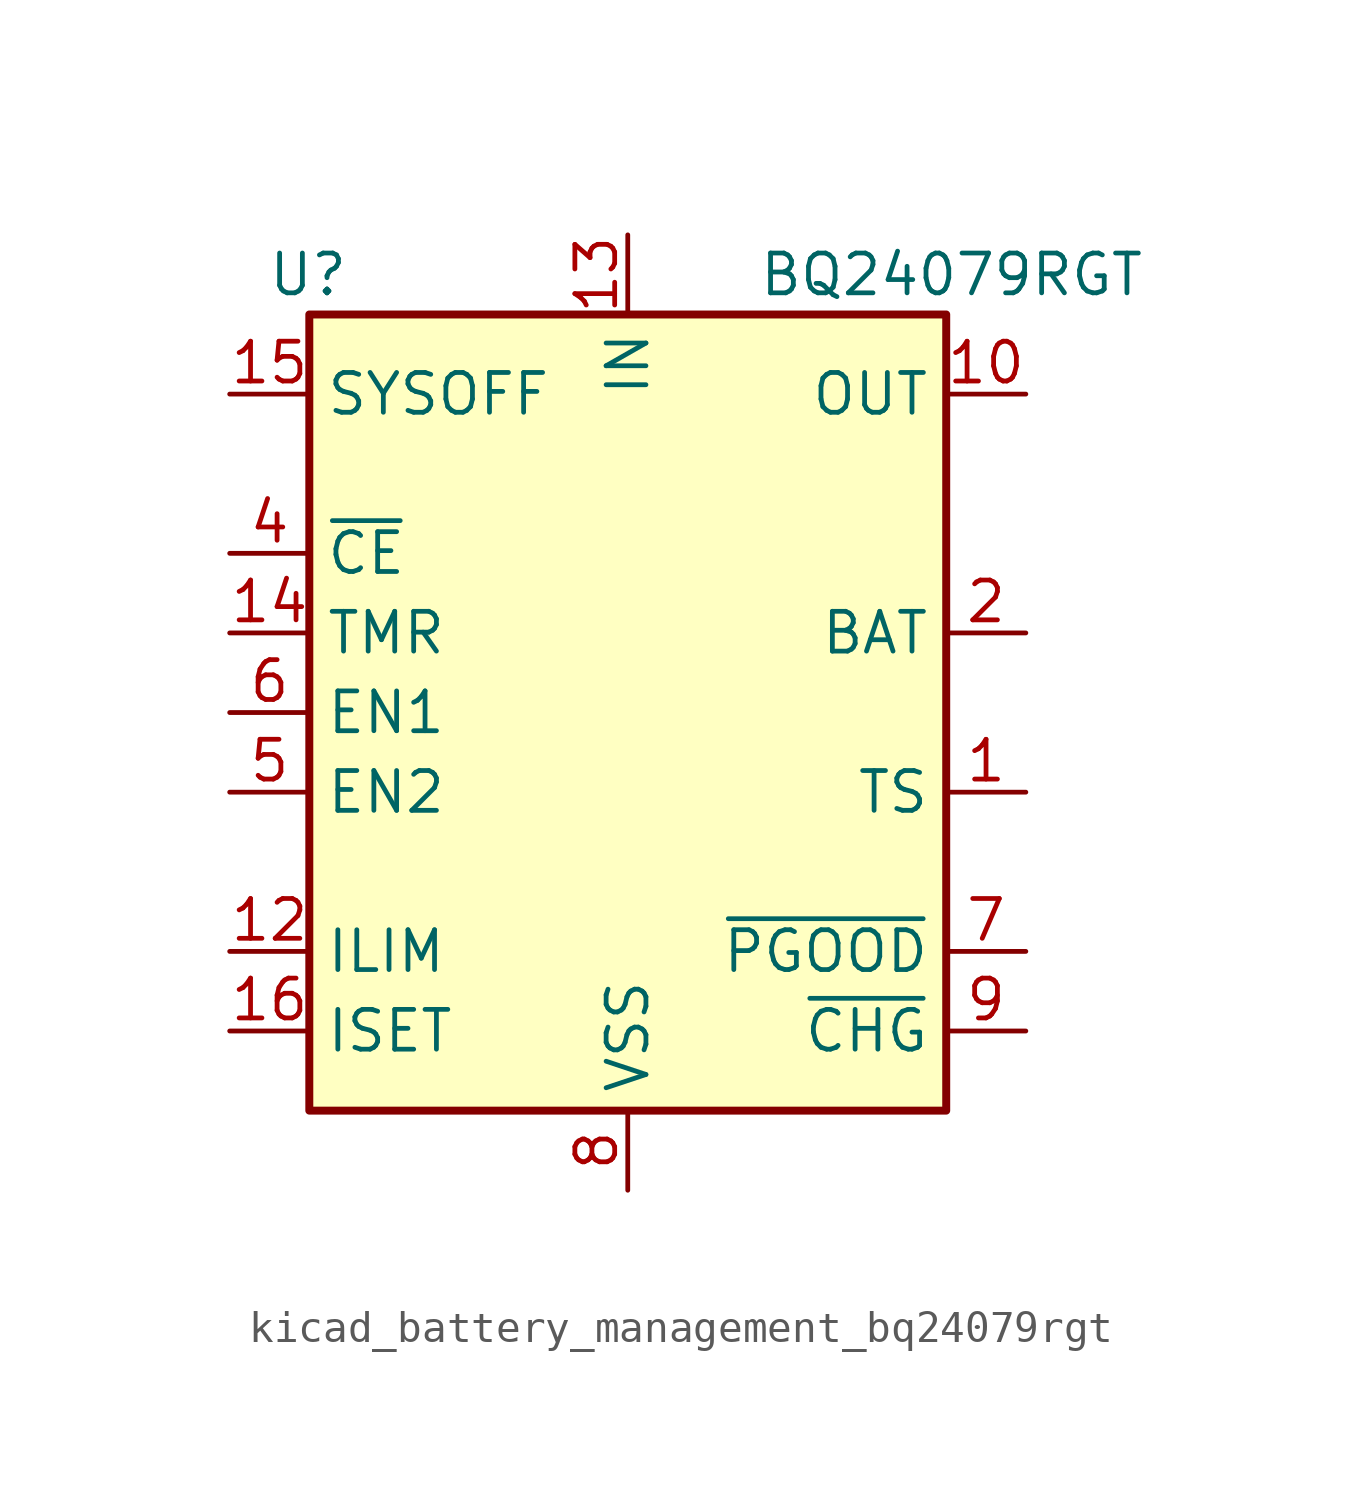
<source format=kicad_sym>
(kicad_symbol_lib
  (version 20220914)
  (generator kicad_symbol_editor)
  (symbol "kicad_battery_management_bq24079rgt"
    (property "Reference" "U"
      (at -8.89 13.97 0)
      (effects (font (size 1.27 1.27)) (justify right)))
    (property "Value" "BQ24079RGT"
      (at 16.51 13.97 0)
      (effects (font (size 1.27 1.27)) (justify right)))
    (symbol "kicad_battery_management_bq24079rgt_0_1"
      (rectangle (start -10.16 12.7) (end 10.16 -12.7) (stroke (width 0.254) (type default)) (fill (type background))))
    (symbol "kicad_battery_management_bq24079rgt_1_1"
      (pin passive line (at 12.7 -2.54 180) (length 2.54) (name "TS" (effects (font (size 1.27 1.27)))) (number "1" (effects (font (size 1.27 1.27)))))
      (pin power_out line (at 12.7 10.16 180) (length 2.54) (name "OUT" (effects (font (size 1.27 1.27)))) (number "10" (effects (font (size 1.27 1.27)))))
      (pin passive line (at 12.7 10.16 180) (length 2.54) hide (name "OUT" (effects (font (size 1.27 1.27)))) (number "11" (effects (font (size 1.27 1.27)))))
      (pin passive line (at -12.7 -7.62 0) (length 2.54) (name "ILIM" (effects (font (size 1.27 1.27)))) (number "12" (effects (font (size 1.27 1.27)))))
      (pin power_in line (at 0 15.24 270) (length 2.54) (name "IN" (effects (font (size 1.27 1.27)))) (number "13" (effects (font (size 1.27 1.27)))))
      (pin input line (at -12.7 2.54 0) (length 2.54) (name "TMR" (effects (font (size 1.27 1.27)))) (number "14" (effects (font (size 1.27 1.27)))))
      (pin input line (at -12.7 10.16 0) (length 2.54) (name "SYSOFF" (effects (font (size 1.27 1.27)))) (number "15" (effects (font (size 1.27 1.27)))))
      (pin passive line (at -12.7 -10.16 0) (length 2.54) (name "ISET" (effects (font (size 1.27 1.27)))) (number "16" (effects (font (size 1.27 1.27)))))
      (pin passive line (at 0 -15.24 90) (length 2.54) hide (name "VSS" (effects (font (size 1.27 1.27)))) (number "17" (effects (font (size 1.27 1.27)))))
      (pin power_out line (at 12.7 2.54 180) (length 2.54) (name "BAT" (effects (font (size 1.27 1.27)))) (number "2" (effects (font (size 1.27 1.27)))))
      (pin passive line (at 12.7 2.54 180) (length 2.54) hide (name "BAT" (effects (font (size 1.27 1.27)))) (number "3" (effects (font (size 1.27 1.27)))))
      (pin input line (at -12.7 5.08 0) (length 2.54) (name "~{CE}" (effects (font (size 1.27 1.27)))) (number "4" (effects (font (size 1.27 1.27)))))
      (pin input line (at -12.7 -2.54 0) (length 2.54) (name "EN2" (effects (font (size 1.27 1.27)))) (number "5" (effects (font (size 1.27 1.27)))))
      (pin input line (at -12.7 0 0) (length 2.54) (name "EN1" (effects (font (size 1.27 1.27)))) (number "6" (effects (font (size 1.27 1.27)))))
      (pin open_collector line (at 12.7 -7.62 180) (length 2.54) (name "~{PGOOD}" (effects (font (size 1.27 1.27)))) (number "7" (effects (font (size 1.27 1.27)))))
      (pin power_in line (at 0 -15.24 90) (length 2.54) (name "VSS" (effects (font (size 1.27 1.27)))) (number "8" (effects (font (size 1.27 1.27)))))
      (pin open_collector line (at 12.7 -10.16 180) (length 2.54) (name "~{CHG}" (effects (font (size 1.27 1.27)))) (number "9" (effects (font (size 1.27 1.27))))))))
</source>
